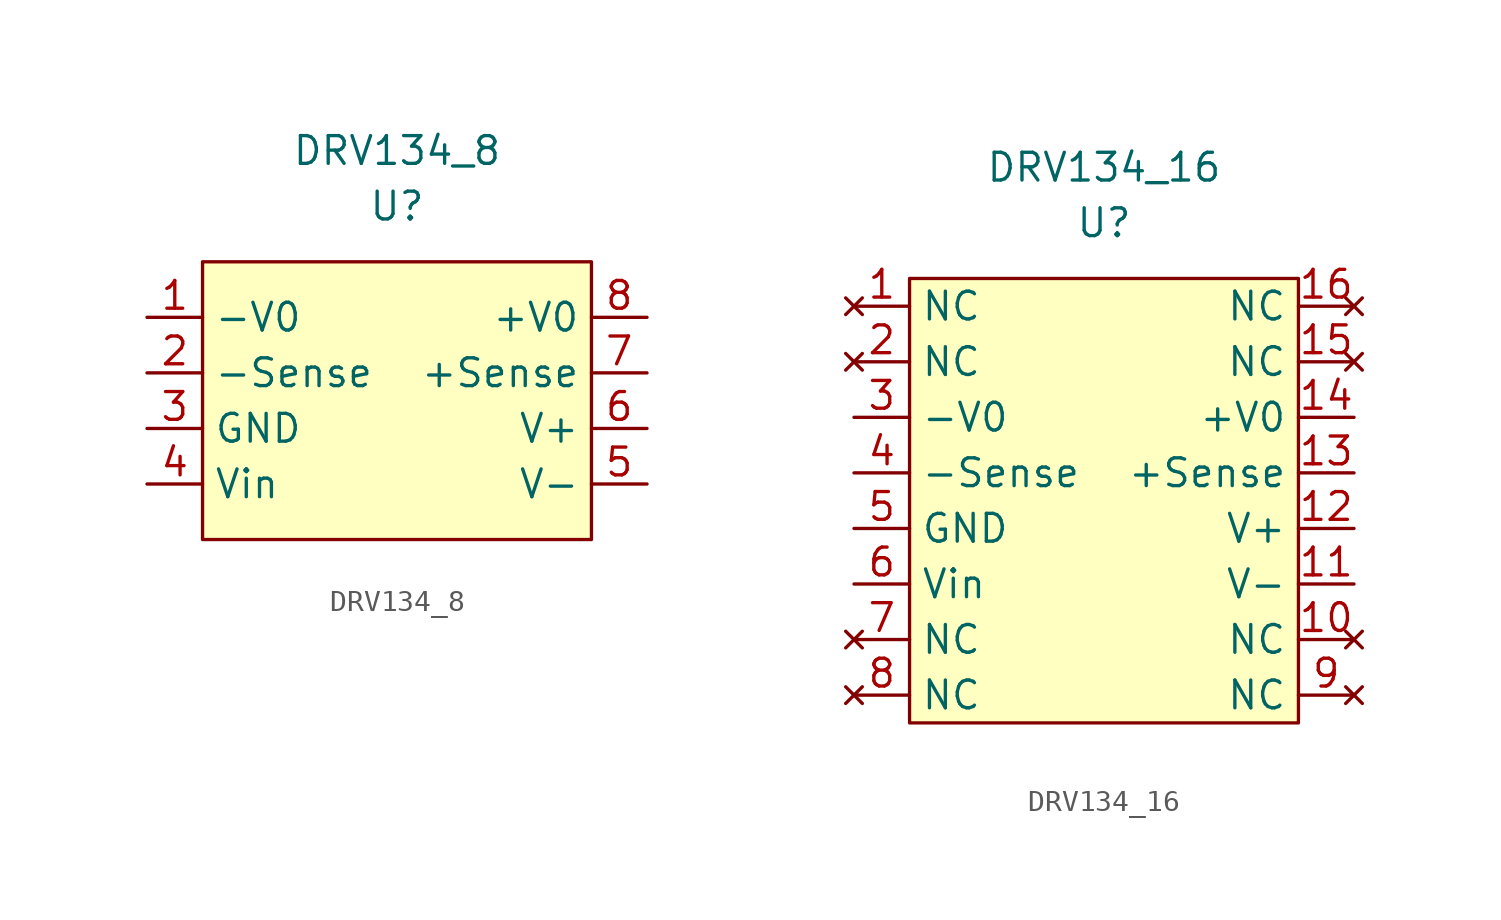
<source format=kicad_sym>
(kicad_symbol_lib
  (version 20211014)
  (generator kicad_symbol_editor)
  (symbol "DRV134_8"
    (property "Reference" "U"
      (at 0 0 0)
      (effects (font (size 1.27 1.27))))
    (property "Value" "DRV134_8"
      (at 0 2.54 0)
      (effects (font (size 1.27 1.27))))
    (symbol "DRV134_8_0_1"
      (rectangle (start -8.89 -2.54) (end 8.89 -15.24) (stroke (width 0.152) (type default) (color 0 0 0 0)) (fill (type background))))
    (symbol "DRV134_8_1_1"
      (pin input line (at -11.43 -5.08 0) (length 2.54) (name "-V0" (effects (font (size 1.27 1.27)))) (number "1" (effects (font (size 1.27 1.27)))))
      (pin input line (at -11.43 -7.62 0) (length 2.54) (name "-Sense" (effects (font (size 1.27 1.27)))) (number "2" (effects (font (size 1.27 1.27)))))
      (pin power_in line (at -11.43 -10.16 0) (length 2.54) (name "GND" (effects (font (size 1.27 1.27)))) (number "3" (effects (font (size 1.27 1.27)))))
      (pin power_in line (at -11.43 -12.7 0) (length 2.54) (name "Vin" (effects (font (size 1.27 1.27)))) (number "4" (effects (font (size 1.27 1.27)))))
      (pin power_in line (at 11.43 -12.7 180) (length 2.54) (name "V-" (effects (font (size 1.27 1.27)))) (number "5" (effects (font (size 1.27 1.27)))))
      (pin power_in line (at 11.43 -10.16 180) (length 2.54) (name "V+" (effects (font (size 1.27 1.27)))) (number "6" (effects (font (size 1.27 1.27)))))
      (pin power_in line (at 11.43 -7.62 180) (length 2.54) (name "+Sense" (effects (font (size 1.27 1.27)))) (number "7" (effects (font (size 1.27 1.27)))))
      (pin input line (at 11.43 -5.08 180) (length 2.54) (name "+V0" (effects (font (size 1.27 1.27)))) (number "8" (effects (font (size 1.27 1.27)))))))
  (symbol "DRV134_16"
    (property "Reference" "U"
      (at 0 0 0)
      (effects (font (size 1.27 1.27))))
    (property "Value" "DRV134_16"
      (at 0 2.54 0)
      (effects (font (size 1.27 1.27))))
    (symbol "DRV134_16_0_1"
      (rectangle (start -8.89 -2.54) (end 8.89 -22.86) (stroke (width 0.152) (type default) (color 0 0 0 0)) (fill (type background))))
    (symbol "DRV134_16_1_1"
      (pin no_connect line (at -11.43 -3.81 0) (length 2.54) (name "NC" (effects (font (size 1.27 1.27)))) (number "1" (effects (font (size 1.27 1.27)))))
      (pin no_connect line (at 11.43 -19.05 180) (length 2.54) (name "NC" (effects (font (size 1.27 1.27)))) (number "10" (effects (font (size 1.27 1.27)))))
      (pin power_in line (at 11.43 -16.51 180) (length 2.54) (name "V-" (effects (font (size 1.27 1.27)))) (number "11" (effects (font (size 1.27 1.27)))))
      (pin power_in line (at 11.43 -13.97 180) (length 2.54) (name "V+" (effects (font (size 1.27 1.27)))) (number "12" (effects (font (size 1.27 1.27)))))
      (pin power_in line (at 11.43 -11.43 180) (length 2.54) (name "+Sense" (effects (font (size 1.27 1.27)))) (number "13" (effects (font (size 1.27 1.27)))))
      (pin input line (at 11.43 -8.89 180) (length 2.54) (name "+V0" (effects (font (size 1.27 1.27)))) (number "14" (effects (font (size 1.27 1.27)))))
      (pin no_connect line (at 11.43 -6.35 180) (length 2.54) (name "NC" (effects (font (size 1.27 1.27)))) (number "15" (effects (font (size 1.27 1.27)))))
      (pin no_connect line (at 11.43 -3.81 180) (length 2.54) (name "NC" (effects (font (size 1.27 1.27)))) (number "16" (effects (font (size 1.27 1.27)))))
      (pin no_connect line (at -11.43 -6.35 0) (length 2.54) (name "NC" (effects (font (size 1.27 1.27)))) (number "2" (effects (font (size 1.27 1.27)))))
      (pin input line (at -11.43 -8.89 0) (length 2.54) (name "-V0" (effects (font (size 1.27 1.27)))) (number "3" (effects (font (size 1.27 1.27)))))
      (pin input line (at -11.43 -11.43 0) (length 2.54) (name "-Sense" (effects (font (size 1.27 1.27)))) (number "4" (effects (font (size 1.27 1.27)))))
      (pin power_in line (at -11.43 -13.97 0) (length 2.54) (name "GND" (effects (font (size 1.27 1.27)))) (number "5" (effects (font (size 1.27 1.27)))))
      (pin power_in line (at -11.43 -16.51 0) (length 2.54) (name "Vin" (effects (font (size 1.27 1.27)))) (number "6" (effects (font (size 1.27 1.27)))))
      (pin no_connect line (at -11.43 -19.05 0) (length 2.54) (name "NC" (effects (font (size 1.27 1.27)))) (number "7" (effects (font (size 1.27 1.27)))))
      (pin no_connect line (at -11.43 -21.59 0) (length 2.54) (name "NC" (effects (font (size 1.27 1.27)))) (number "8" (effects (font (size 1.27 1.27)))))
      (pin no_connect line (at 11.43 -21.59 180) (length 2.54) (name "NC" (effects (font (size 1.27 1.27)))) (number "9" (effects (font (size 1.27 1.27))))))))
</source>
